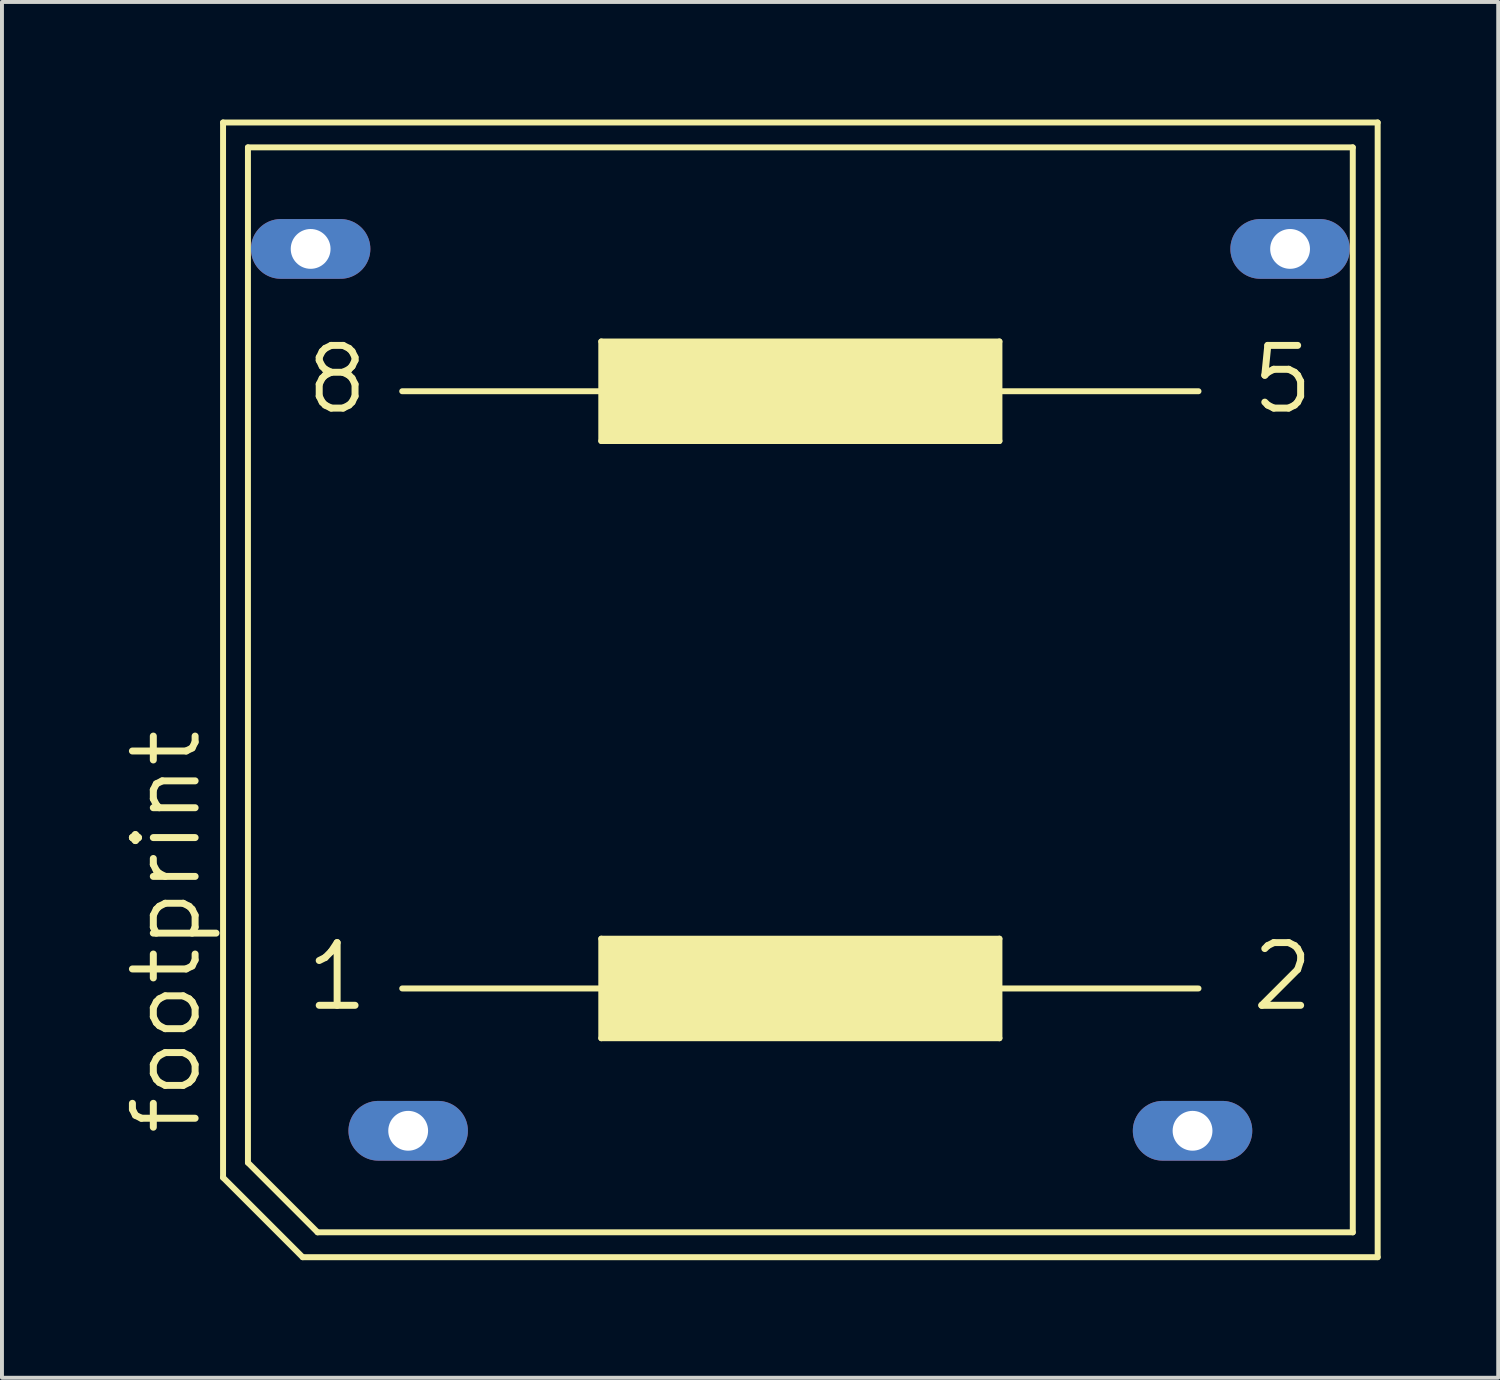
<source format=kicad_pcb>
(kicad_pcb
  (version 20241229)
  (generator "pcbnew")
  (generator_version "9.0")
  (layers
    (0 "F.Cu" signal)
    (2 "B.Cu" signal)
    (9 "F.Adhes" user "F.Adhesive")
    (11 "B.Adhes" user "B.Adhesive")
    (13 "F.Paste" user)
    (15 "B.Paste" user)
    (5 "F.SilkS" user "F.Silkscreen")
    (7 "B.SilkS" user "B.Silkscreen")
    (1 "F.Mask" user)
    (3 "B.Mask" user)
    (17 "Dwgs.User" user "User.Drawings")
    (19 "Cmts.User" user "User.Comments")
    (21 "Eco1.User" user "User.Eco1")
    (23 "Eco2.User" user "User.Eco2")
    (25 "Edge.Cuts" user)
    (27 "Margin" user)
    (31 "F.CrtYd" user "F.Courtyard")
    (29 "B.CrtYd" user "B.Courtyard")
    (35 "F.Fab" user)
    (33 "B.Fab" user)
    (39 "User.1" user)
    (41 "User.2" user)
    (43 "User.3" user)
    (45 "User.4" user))
  (footprint "footprint"
    (layer "F.Cu")
    (at 17.374 14.554)
    (property "Reference" "footprint" (at -15.24 11.43 90) (layer "F.SilkS") (effects (font (size 1.6 1.6) (thickness 0.178)) (justify left bottom)))
    (fp_line (start -14.732 12.446) (end -14.732 -14.478) (stroke (width 0.152) (type solid)) (layer "F.SilkS"))
    (fp_line (start -14.732 12.446) (end -12.7 14.478) (stroke (width 0.152) (type solid)) (layer "F.SilkS"))
    (fp_line (start -14.097 12.065) (end -14.097 -13.843) (stroke (width 0.152) (type solid)) (layer "F.SilkS"))
    (fp_line (start -14.097 12.065) (end -12.319 13.843) (stroke (width 0.152) (type solid)) (layer "F.SilkS"))
    (fp_line (start -12.7 14.478) (end 14.732 14.478) (stroke (width 0.152) (type solid)) (layer "F.SilkS"))
    (fp_line (start -12.319 13.843) (end 14.097 13.843) (stroke (width 0.152) (type solid)) (layer "F.SilkS"))
    (fp_line (start -10.16 -7.62) (end -5.08 -7.62) (stroke (width 0.152) (type solid)) (layer "F.SilkS"))
    (fp_line (start -10.16 7.62) (end -5.08 7.62) (stroke (width 0.152) (type solid)) (layer "F.SilkS"))
    (fp_line (start -5.08 -7.62) (end -5.08 -8.89) (stroke (width 0.152) (type solid)) (layer "F.SilkS"))
    (fp_line (start -5.08 -7.62) (end -5.08 -6.35) (stroke (width 0.152) (type solid)) (layer "F.SilkS"))
    (fp_line (start -5.08 -6.35) (end 5.08 -6.35) (stroke (width 0.152) (type solid)) (layer "F.SilkS"))
    (fp_line (start -5.08 7.62) (end -5.08 6.35) (stroke (width 0.152) (type solid)) (layer "F.SilkS"))
    (fp_line (start -5.08 7.62) (end -5.08 8.89) (stroke (width 0.152) (type solid)) (layer "F.SilkS"))
    (fp_line (start -5.08 8.89) (end 5.08 8.89) (stroke (width 0.152) (type solid)) (layer "F.SilkS"))
    (fp_line (start 5.08 -8.89) (end -5.08 -8.89) (stroke (width 0.152) (type solid)) (layer "F.SilkS"))
    (fp_line (start 5.08 -8.89) (end 5.08 -7.62) (stroke (width 0.152) (type solid)) (layer "F.SilkS"))
    (fp_line (start 5.08 -7.62) (end 5.08 -6.35) (stroke (width 0.152) (type solid)) (layer "F.SilkS"))
    (fp_line (start 5.08 -7.62) (end 10.16 -7.62) (stroke (width 0.152) (type solid)) (layer "F.SilkS"))
    (fp_line (start 5.08 6.35) (end -5.08 6.35) (stroke (width 0.152) (type solid)) (layer "F.SilkS"))
    (fp_line (start 5.08 7.62) (end 5.08 6.35) (stroke (width 0.152) (type solid)) (layer "F.SilkS"))
    (fp_line (start 5.08 7.62) (end 10.16 7.62) (stroke (width 0.152) (type solid)) (layer "F.SilkS"))
    (fp_line (start 5.08 8.89) (end 5.08 7.62) (stroke (width 0.152) (type solid)) (layer "F.SilkS"))
    (fp_line (start 14.097 -13.843) (end -14.097 -13.843) (stroke (width 0.152) (type solid)) (layer "F.SilkS"))
    (fp_line (start 14.097 -13.843) (end 14.097 13.843) (stroke (width 0.152) (type solid)) (layer "F.SilkS"))
    (fp_line (start 14.732 -14.478) (end -14.732 -14.478) (stroke (width 0.152) (type solid)) (layer "F.SilkS"))
    (fp_line (start 14.732 -14.478) (end 14.732 14.478) (stroke (width 0.152) (type solid)) (layer "F.SilkS"))
    (fp_poly (pts (xy -5.08 -6.35) (xy 5.08 -6.35) (xy 5.08 -8.89) (xy -5.08 -8.89)) (stroke (width 0) (type solid)) (fill yes) (layer "F.SilkS"))
    (fp_poly (pts (xy -5.08 8.89) (xy 5.08 8.89) (xy 5.08 6.35) (xy -5.08 6.35)) (stroke (width 0) (type solid)) (fill yes) (layer "F.SilkS"))
    (fp_text user "8" (at -12.7 -6.985 0) (layer "F.SilkS") (effects (font (size 1.6 1.6) (thickness 0.178)) (justify left bottom)))
    (fp_text user "2" (at 11.43 8.255 0) (layer "F.SilkS") (effects (font (size 1.6 1.6) (thickness 0.178)) (justify left bottom)))
    (fp_text user "1" (at -12.7 8.255 0) (layer "F.SilkS") (effects (font (size 1.6 1.6) (thickness 0.178)) (justify left bottom)))
    (fp_text user "5" (at 11.43 -6.985 0) (layer "F.SilkS") (effects (font (size 1.6 1.6) (thickness 0.178)) (justify left bottom)))
    (pad "1" thru_hole oval (at -10.008 11.252) (size 3.048 1.524) (drill 1.016) (layers "*.Cu" "*.Mask"))
    (pad "2" thru_hole oval (at 10.008 11.252) (size 3.048 1.524) (drill 1.016) (layers "*.Cu" "*.Mask"))
    (pad "5" thru_hole oval (at 12.497 -11.252) (size 3.048 1.524) (drill 1.016) (layers "*.Cu" "*.Mask"))
    (pad "8" thru_hole oval (at -12.497 -11.252) (size 3.048 1.524) (drill 1.016) (layers "*.Cu" "*.Mask")))
  (gr_rect
    (start -3 -3)
    (end 35.182 32.108)
    (stroke (width 0.1) (type default))
    (fill no)
    (layer "Edge.Cuts")))
</source>
